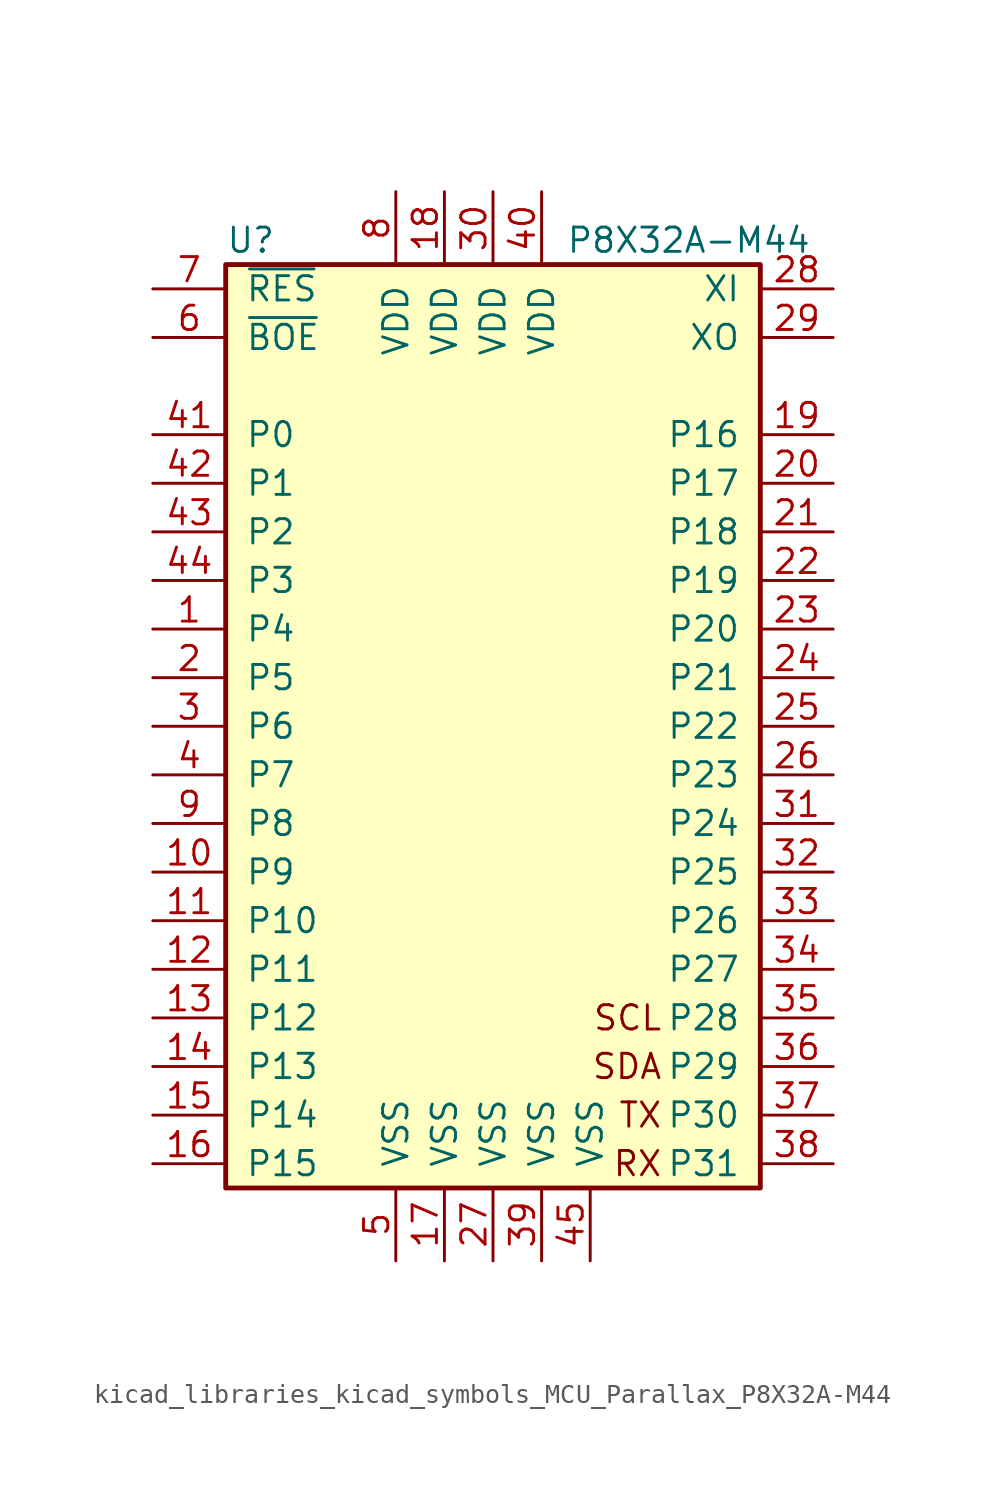
<source format=kicad_sym>
(kicad_symbol_lib
  (version 20220914)
  (generator kicad_symbol_editor)
  (symbol "kicad_libraries_kicad_symbols_MCU_Parallax_P8X32A-M44"
    (pin_names
      (offset 1.016))
    (property "Reference" "U"
      (at -13.97 25.4 0)
      (effects (font (size 1.27 1.27)) (justify left)))
    (property "Value" "P8X32A-M44"
      (at 3.81 25.4 0)
      (effects (font (size 1.27 1.27)) (justify left)))
    (symbol "kicad_libraries_kicad_symbols_MCU_Parallax_P8X32A-M44_0_1"
      (rectangle (start -13.97 24.13) (end 13.97 -24.13) (stroke (width 0.254) (type default)) (fill (type background)))
      (text "RX" (at 8.89 -22.86 0) (effects (font (size 1.27 1.27)) (justify right)))
      (text "SCL" (at 8.89 -15.24 0) (effects (font (size 1.27 1.27)) (justify right)))
      (text "SDA" (at 8.89 -17.78 0) (effects (font (size 1.27 1.27)) (justify right)))
      (text "TX" (at 8.89 -20.32 0) (effects (font (size 1.27 1.27)) (justify right)))
      (pin bidirectional line (at -17.78 5.08 0) (length 3.81) (name "P4" (effects (font (size 1.27 1.27)))) (number "1" (effects (font (size 1.27 1.27)))))
      (pin bidirectional line (at -17.78 -7.62 0) (length 3.81) (name "P9" (effects (font (size 1.27 1.27)))) (number "10" (effects (font (size 1.27 1.27)))))
      (pin bidirectional line (at -17.78 -10.16 0) (length 3.81) (name "P10" (effects (font (size 1.27 1.27)))) (number "11" (effects (font (size 1.27 1.27)))))
      (pin bidirectional line (at -17.78 -12.7 0) (length 3.81) (name "P11" (effects (font (size 1.27 1.27)))) (number "12" (effects (font (size 1.27 1.27)))))
      (pin bidirectional line (at -17.78 -15.24 0) (length 3.81) (name "P12" (effects (font (size 1.27 1.27)))) (number "13" (effects (font (size 1.27 1.27)))))
      (pin bidirectional line (at -17.78 -17.78 0) (length 3.81) (name "P13" (effects (font (size 1.27 1.27)))) (number "14" (effects (font (size 1.27 1.27)))))
      (pin bidirectional line (at -17.78 -20.32 0) (length 3.81) (name "P14" (effects (font (size 1.27 1.27)))) (number "15" (effects (font (size 1.27 1.27)))))
      (pin bidirectional line (at -17.78 -22.86 0) (length 3.81) (name "P15" (effects (font (size 1.27 1.27)))) (number "16" (effects (font (size 1.27 1.27)))))
      (pin power_in line (at -2.54 -27.94 90) (length 3.81) (name "VSS" (effects (font (size 1.27 1.27)))) (number "17" (effects (font (size 1.27 1.27)))))
      (pin power_in line (at -2.54 27.94 270) (length 3.81) (name "VDD" (effects (font (size 1.27 1.27)))) (number "18" (effects (font (size 1.27 1.27)))))
      (pin bidirectional line (at 17.78 15.24 180) (length 3.81) (name "P16" (effects (font (size 1.27 1.27)))) (number "19" (effects (font (size 1.27 1.27)))))
      (pin bidirectional line (at -17.78 2.54 0) (length 3.81) (name "P5" (effects (font (size 1.27 1.27)))) (number "2" (effects (font (size 1.27 1.27)))))
      (pin bidirectional line (at 17.78 12.7 180) (length 3.81) (name "P17" (effects (font (size 1.27 1.27)))) (number "20" (effects (font (size 1.27 1.27)))))
      (pin bidirectional line (at 17.78 10.16 180) (length 3.81) (name "P18" (effects (font (size 1.27 1.27)))) (number "21" (effects (font (size 1.27 1.27)))))
      (pin bidirectional line (at 17.78 7.62 180) (length 3.81) (name "P19" (effects (font (size 1.27 1.27)))) (number "22" (effects (font (size 1.27 1.27)))))
      (pin bidirectional line (at 17.78 5.08 180) (length 3.81) (name "P20" (effects (font (size 1.27 1.27)))) (number "23" (effects (font (size 1.27 1.27)))))
      (pin bidirectional line (at 17.78 2.54 180) (length 3.81) (name "P21" (effects (font (size 1.27 1.27)))) (number "24" (effects (font (size 1.27 1.27)))))
      (pin bidirectional line (at 17.78 0 180) (length 3.81) (name "P22" (effects (font (size 1.27 1.27)))) (number "25" (effects (font (size 1.27 1.27)))))
      (pin bidirectional line (at 17.78 -2.54 180) (length 3.81) (name "P23" (effects (font (size 1.27 1.27)))) (number "26" (effects (font (size 1.27 1.27)))))
      (pin power_in line (at 0 -27.94 90) (length 3.81) (name "VSS" (effects (font (size 1.27 1.27)))) (number "27" (effects (font (size 1.27 1.27)))))
      (pin input line (at 17.78 22.86 180) (length 3.81) (name "XI" (effects (font (size 1.27 1.27)))) (number "28" (effects (font (size 1.27 1.27)))))
      (pin output line (at 17.78 20.32 180) (length 3.81) (name "XO" (effects (font (size 1.27 1.27)))) (number "29" (effects (font (size 1.27 1.27)))))
      (pin bidirectional line (at -17.78 0 0) (length 3.81) (name "P6" (effects (font (size 1.27 1.27)))) (number "3" (effects (font (size 1.27 1.27)))))
      (pin power_in line (at 0 27.94 270) (length 3.81) (name "VDD" (effects (font (size 1.27 1.27)))) (number "30" (effects (font (size 1.27 1.27)))))
      (pin bidirectional line (at 17.78 -5.08 180) (length 3.81) (name "P24" (effects (font (size 1.27 1.27)))) (number "31" (effects (font (size 1.27 1.27)))))
      (pin bidirectional line (at 17.78 -7.62 180) (length 3.81) (name "P25" (effects (font (size 1.27 1.27)))) (number "32" (effects (font (size 1.27 1.27)))))
      (pin bidirectional line (at 17.78 -10.16 180) (length 3.81) (name "P26" (effects (font (size 1.27 1.27)))) (number "33" (effects (font (size 1.27 1.27)))))
      (pin bidirectional line (at 17.78 -12.7 180) (length 3.81) (name "P27" (effects (font (size 1.27 1.27)))) (number "34" (effects (font (size 1.27 1.27)))))
      (pin bidirectional line (at 17.78 -15.24 180) (length 3.81) (name "P28" (effects (font (size 1.27 1.27)))) (number "35" (effects (font (size 1.27 1.27)))))
      (pin bidirectional line (at 17.78 -17.78 180) (length 3.81) (name "P29" (effects (font (size 1.27 1.27)))) (number "36" (effects (font (size 1.27 1.27)))))
      (pin bidirectional line (at 17.78 -20.32 180) (length 3.81) (name "P30" (effects (font (size 1.27 1.27)))) (number "37" (effects (font (size 1.27 1.27)))))
      (pin bidirectional line (at 17.78 -22.86 180) (length 3.81) (name "P31" (effects (font (size 1.27 1.27)))) (number "38" (effects (font (size 1.27 1.27)))))
      (pin power_in line (at 2.54 -27.94 90) (length 3.81) (name "VSS" (effects (font (size 1.27 1.27)))) (number "39" (effects (font (size 1.27 1.27)))))
      (pin bidirectional line (at -17.78 -2.54 0) (length 3.81) (name "P7" (effects (font (size 1.27 1.27)))) (number "4" (effects (font (size 1.27 1.27)))))
      (pin power_in line (at 2.54 27.94 270) (length 3.81) (name "VDD" (effects (font (size 1.27 1.27)))) (number "40" (effects (font (size 1.27 1.27)))))
      (pin bidirectional line (at -17.78 15.24 0) (length 3.81) (name "P0" (effects (font (size 1.27 1.27)))) (number "41" (effects (font (size 1.27 1.27)))))
      (pin bidirectional line (at -17.78 12.7 0) (length 3.81) (name "P1" (effects (font (size 1.27 1.27)))) (number "42" (effects (font (size 1.27 1.27)))))
      (pin bidirectional line (at -17.78 10.16 0) (length 3.81) (name "P2" (effects (font (size 1.27 1.27)))) (number "43" (effects (font (size 1.27 1.27)))))
      (pin bidirectional line (at -17.78 7.62 0) (length 3.81) (name "P3" (effects (font (size 1.27 1.27)))) (number "44" (effects (font (size 1.27 1.27)))))
      (pin power_in line (at 5.08 -27.94 90) (length 3.81) (name "VSS" (effects (font (size 1.27 1.27)))) (number "45" (effects (font (size 1.27 1.27)))))
      (pin power_in line (at -5.08 -27.94 90) (length 3.81) (name "VSS" (effects (font (size 1.27 1.27)))) (number "5" (effects (font (size 1.27 1.27)))))
      (pin input line (at -17.78 20.32 0) (length 3.81) (name "~{BOE}" (effects (font (size 1.27 1.27)))) (number "6" (effects (font (size 1.27 1.27)))))
      (pin bidirectional line (at -17.78 22.86 0) (length 3.81) (name "~{RES}" (effects (font (size 1.27 1.27)))) (number "7" (effects (font (size 1.27 1.27)))))
      (pin power_in line (at -5.08 27.94 270) (length 3.81) (name "VDD" (effects (font (size 1.27 1.27)))) (number "8" (effects (font (size 1.27 1.27)))))
      (pin bidirectional line (at -17.78 -5.08 0) (length 3.81) (name "P8" (effects (font (size 1.27 1.27)))) (number "9" (effects (font (size 1.27 1.27))))))))
</source>
